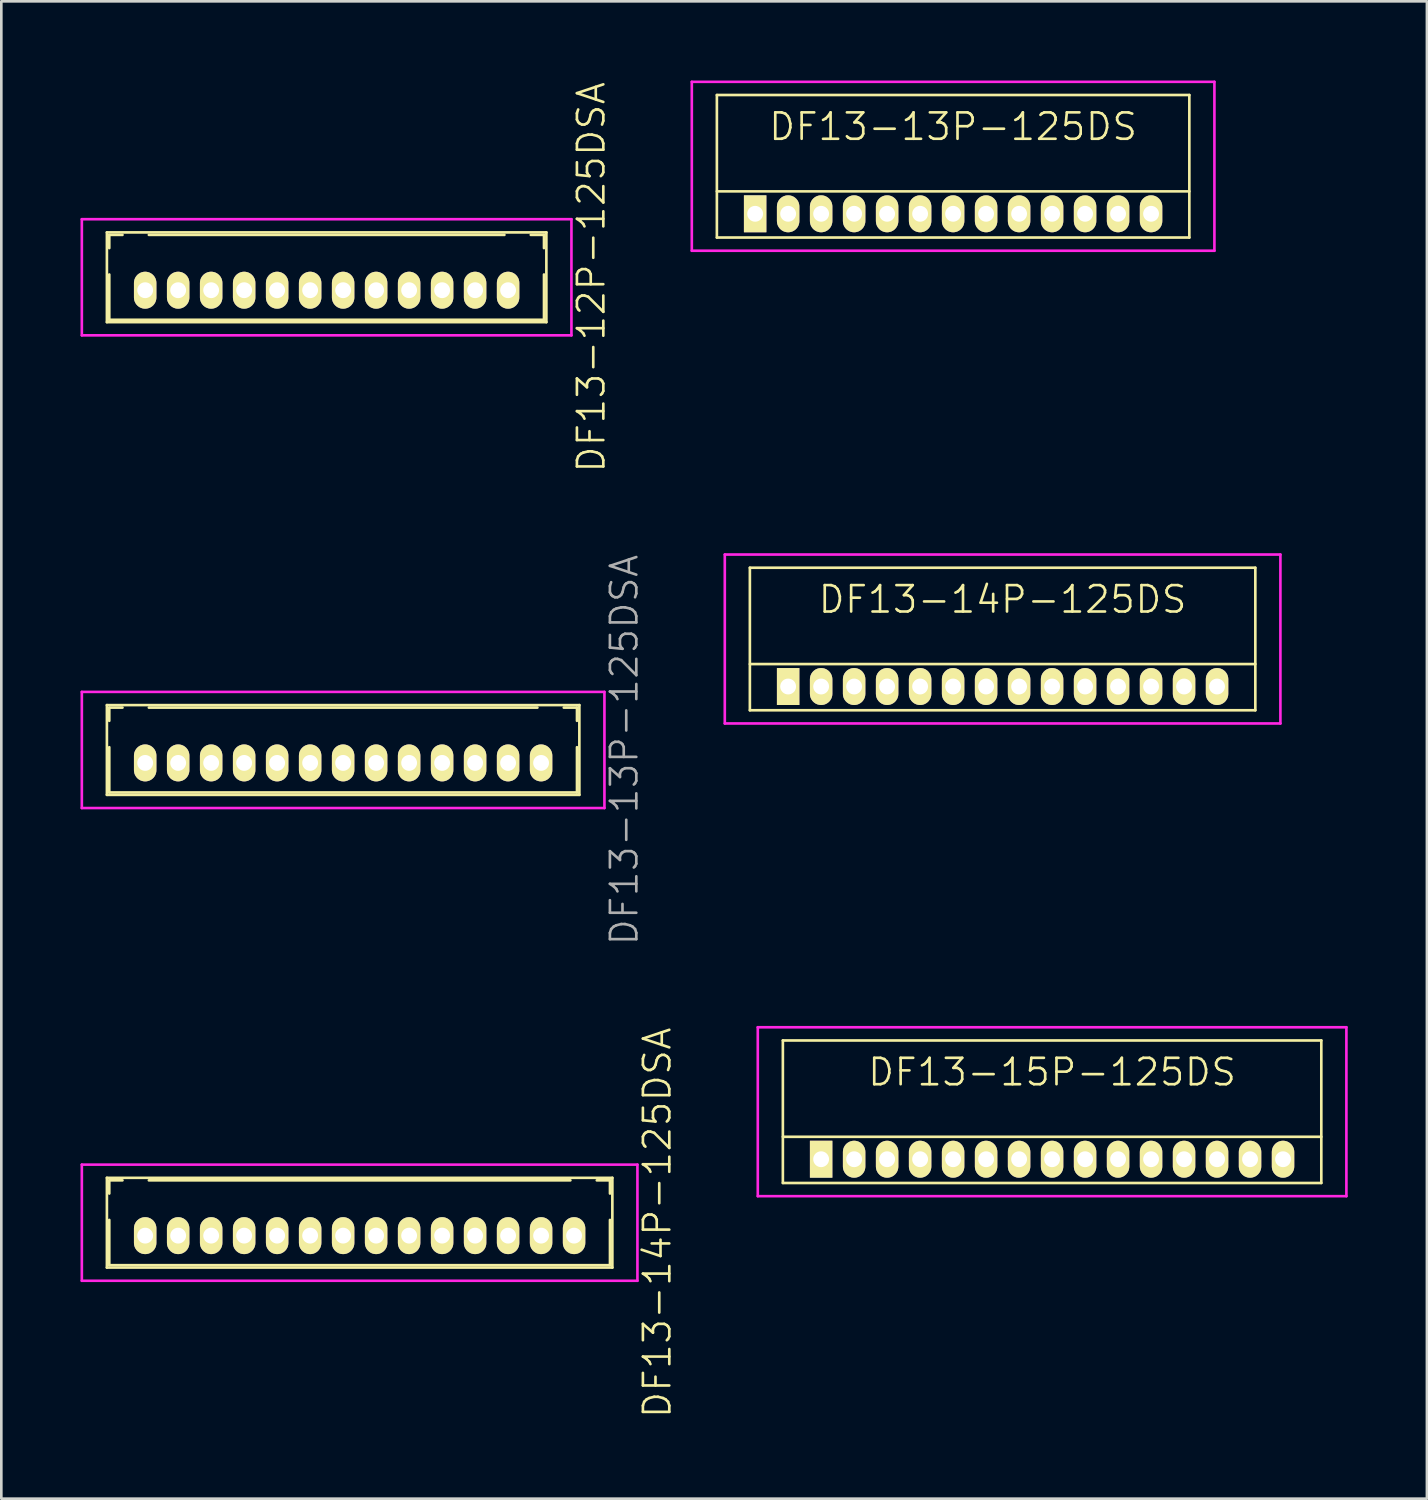
<source format=kicad_pcb>
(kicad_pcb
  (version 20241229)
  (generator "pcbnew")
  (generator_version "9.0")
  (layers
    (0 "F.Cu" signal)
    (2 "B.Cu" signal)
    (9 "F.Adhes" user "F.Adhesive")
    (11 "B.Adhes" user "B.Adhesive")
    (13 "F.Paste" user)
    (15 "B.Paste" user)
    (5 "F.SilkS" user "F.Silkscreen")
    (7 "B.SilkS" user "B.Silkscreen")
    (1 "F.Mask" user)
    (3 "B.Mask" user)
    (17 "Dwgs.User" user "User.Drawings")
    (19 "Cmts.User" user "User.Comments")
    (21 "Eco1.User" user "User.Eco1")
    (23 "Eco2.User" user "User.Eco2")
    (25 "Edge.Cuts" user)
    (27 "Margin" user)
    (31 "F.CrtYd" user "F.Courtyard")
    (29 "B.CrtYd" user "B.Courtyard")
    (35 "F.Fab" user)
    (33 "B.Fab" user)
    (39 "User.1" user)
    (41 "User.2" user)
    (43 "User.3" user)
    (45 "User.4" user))
  (footprint "DF13-14P-125DS"
    (layer "F.Cu")
    (at 34.935 22.96)
    (property "Reference" "DF13-14P-125DS" (at 0 -3.3 0) (layer "F.SilkS") (effects (font (size 1 1) (thickness 0.1))))
    (attr through_hole)
    (fp_line (start -9.575 -4.5) (end -9.575 0.9) (stroke (width 0.1) (type solid)) (layer "F.SilkS"))
    (fp_line (start -9.575 -4.5) (end 9.575 -4.5) (stroke (width 0.1) (type solid)) (layer "F.SilkS"))
    (fp_line (start -9.575 -0.85) (end 9.575 -0.85) (stroke (width 0.1) (type solid)) (layer "F.SilkS"))
    (fp_line (start -9.575 0.9) (end 9.575 0.9) (stroke (width 0.1) (type solid)) (layer "F.SilkS"))
    (fp_line (start 9.575 -4.5) (end 9.575 0.9) (stroke (width 0.1) (type solid)) (layer "F.SilkS"))
    (fp_line (start -10.525 -5) (end -10.525 1.4) (stroke (width 0.1) (type solid)) (layer "F.CrtYd"))
    (fp_line (start -10.525 1.4) (end 10.525 1.4) (stroke (width 0.1) (type solid)) (layer "F.CrtYd"))
    (fp_line (start 10.525 -5) (end -10.525 -5) (stroke (width 0.1) (type solid)) (layer "F.CrtYd"))
    (fp_line (start 10.525 1.4) (end 10.525 -5) (stroke (width 0.1) (type solid)) (layer "F.CrtYd"))
    (pad "1" thru_hole rect (at -8.125 0) (size 0.85 1.4) (drill 0.6) (layers "*.Cu" "*.Mask" "F.SilkS"))
    (pad "2" thru_hole oval (at -6.875 0) (size 0.85 1.4) (drill 0.6) (layers "*.Cu" "*.Mask" "F.SilkS"))
    (pad "3" thru_hole oval (at -5.625 0) (size 0.85 1.4) (drill 0.6) (layers "*.Cu" "*.Mask" "F.SilkS"))
    (pad "4" thru_hole oval (at -4.375 0) (size 0.85 1.4) (drill 0.6) (layers "*.Cu" "*.Mask" "F.SilkS"))
    (pad "5" thru_hole oval (at -3.125 0) (size 0.85 1.4) (drill 0.6) (layers "*.Cu" "*.Mask" "F.SilkS"))
    (pad "6" thru_hole oval (at -1.875 0) (size 0.85 1.4) (drill 0.6) (layers "*.Cu" "*.Mask" "F.SilkS"))
    (pad "7" thru_hole oval (at -0.625 0) (size 0.85 1.4) (drill 0.6) (layers "*.Cu" "*.Mask" "F.SilkS"))
    (pad "8" thru_hole oval (at 0.625 0) (size 0.85 1.4) (drill 0.6) (layers "*.Cu" "*.Mask" "F.SilkS"))
    (pad "9" thru_hole oval (at 1.875 0) (size 0.85 1.4) (drill 0.6) (layers "*.Cu" "*.Mask" "F.SilkS"))
    (pad "10" thru_hole oval (at 3.125 0) (size 0.85 1.4) (drill 0.6) (layers "*.Cu" "*.Mask" "F.SilkS"))
    (pad "11" thru_hole oval (at 4.375 0) (size 0.85 1.4) (drill 0.6) (layers "*.Cu" "*.Mask" "F.SilkS"))
    (pad "12" thru_hole oval (at 5.625 0) (size 0.85 1.4) (drill 0.6) (layers "*.Cu" "*.Mask" "F.SilkS"))
    (pad "13" thru_hole oval (at 6.875 0) (size 0.85 1.4) (drill 0.6) (layers "*.Cu" "*.Mask" "F.SilkS"))
    (pad "14" thru_hole oval (at 8.125 0) (size 0.85 1.4) (drill 0.6) (layers "*.Cu" "*.Mask" "F.SilkS")))
  (footprint "DF13-13P-125DSA"
    (layer "F.Cu")
    (at 9.95 25.854)
    (property "Reference" "DF13-13P-125DSA" (at 10.65 -0.49 90) (layer "F.Fab") (effects (font (size 1 1) (thickness 0.1))))
    (attr through_hole)
    (fp_line (start -8.95 -2.19) (end -8.95 1.21) (stroke (width 0.1) (type solid)) (layer "F.SilkS"))
    (fp_line (start -8.95 -2.19) (end 8.95 -2.19) (stroke (width 0.1) (type solid)) (layer "F.SilkS"))
    (fp_line (start -8.95 1.21) (end 8.95 1.21) (stroke (width 0.1) (type solid)) (layer "F.SilkS"))
    (fp_line (start -8.86 -2.095) (end -8.86 -1.595) (stroke (width 0.1) (type solid)) (layer "F.SilkS"))
    (fp_line (start -8.86 -2.095) (end -8.36 -2.095) (stroke (width 0.1) (type solid)) (layer "F.SilkS"))
    (fp_line (start -8.86 -0.595) (end -8.86 1.12) (stroke (width 0.1) (type solid)) (layer "F.SilkS"))
    (fp_line (start -8.86 1.12) (end 8.86 1.12) (stroke (width 0.1) (type solid)) (layer "F.SilkS"))
    (fp_line (start -7.36 -2.095) (end 7.36 -2.095) (stroke (width 0.1) (type solid)) (layer "F.SilkS"))
    (fp_line (start 8.36 -2.095) (end 8.86 -2.095) (stroke (width 0.1) (type solid)) (layer "F.SilkS"))
    (fp_line (start 8.86 -2.095) (end 8.86 -1.595) (stroke (width 0.1) (type solid)) (layer "F.SilkS"))
    (fp_line (start 8.86 -0.595) (end 8.86 1.12) (stroke (width 0.1) (type solid)) (layer "F.SilkS"))
    (fp_line (start 8.95 -2.19) (end 8.95 1.21) (stroke (width 0.1) (type solid)) (layer "F.SilkS"))
    (fp_line (start -9.9 -2.69) (end -9.9 1.71) (stroke (width 0.1) (type solid)) (layer "F.CrtYd"))
    (fp_line (start -9.9 1.71) (end 9.9 1.71) (stroke (width 0.1) (type solid)) (layer "F.CrtYd"))
    (fp_line (start 9.9 -2.69) (end -9.9 -2.69) (stroke (width 0.1) (type solid)) (layer "F.CrtYd"))
    (fp_line (start 9.9 1.71) (end 9.9 -2.69) (stroke (width 0.1) (type solid)) (layer "F.CrtYd"))
    (pad "1" thru_hole oval (at -7.5 0) (size 0.85 1.4) (drill 0.6) (layers "*.Cu" "*.Mask" "F.SilkS"))
    (pad "2" thru_hole oval (at -6.25 0) (size 0.85 1.4) (drill 0.6) (layers "*.Cu" "*.Mask" "F.SilkS"))
    (pad "3" thru_hole oval (at -5 0) (size 0.85 1.4) (drill 0.6) (layers "*.Cu" "*.Mask" "F.SilkS"))
    (pad "4" thru_hole oval (at -3.75 0) (size 0.85 1.4) (drill 0.6) (layers "*.Cu" "*.Mask" "F.SilkS"))
    (pad "5" thru_hole oval (at -2.5 0) (size 0.85 1.4) (drill 0.6) (layers "*.Cu" "*.Mask" "F.SilkS"))
    (pad "6" thru_hole oval (at -1.25 0) (size 0.85 1.4) (drill 0.6) (layers "*.Cu" "*.Mask" "F.SilkS"))
    (pad "7" thru_hole oval (at 0 0) (size 0.85 1.4) (drill 0.6) (layers "*.Cu" "*.Mask" "F.SilkS"))
    (pad "8" thru_hole oval (at 1.25 0) (size 0.85 1.4) (drill 0.6) (layers "*.Cu" "*.Mask" "F.SilkS"))
    (pad "9" thru_hole oval (at 2.5 0) (size 0.85 1.4) (drill 0.6) (layers "*.Cu" "*.Mask" "F.SilkS"))
    (pad "10" thru_hole oval (at 3.75 0) (size 0.85 1.4) (drill 0.6) (layers "*.Cu" "*.Mask" "F.SilkS"))
    (pad "11" thru_hole oval (at 5 0) (size 0.85 1.4) (drill 0.6) (layers "*.Cu" "*.Mask" "F.SilkS"))
    (pad "12" thru_hole oval (at 6.25 0) (size 0.85 1.4) (drill 0.6) (layers "*.Cu" "*.Mask" "F.SilkS"))
    (pad "13" thru_hole oval (at 7.5 0) (size 0.85 1.4) (drill 0.6) (layers "*.Cu" "*.Mask" "F.SilkS")))
  (footprint "DF13-14P-125DSA"
    (layer "F.Cu")
    (at 10.575 43.764)
    (property "Reference" "DF13-14P-125DSA" (at 11.275 -0.49 90) (layer "F.SilkS") (effects (font (size 1 1) (thickness 0.1))))
    (attr through_hole)
    (fp_line (start -9.575 -2.19) (end -9.575 1.21) (stroke (width 0.1) (type solid)) (layer "F.SilkS"))
    (fp_line (start -9.575 -2.19) (end 9.575 -2.19) (stroke (width 0.1) (type solid)) (layer "F.SilkS"))
    (fp_line (start -9.575 1.21) (end 9.575 1.21) (stroke (width 0.1) (type solid)) (layer "F.SilkS"))
    (fp_line (start -9.485 -2.095) (end -9.485 -1.595) (stroke (width 0.1) (type solid)) (layer "F.SilkS"))
    (fp_line (start -9.485 -2.095) (end -8.985 -2.095) (stroke (width 0.1) (type solid)) (layer "F.SilkS"))
    (fp_line (start -9.485 -0.595) (end -9.485 1.12) (stroke (width 0.1) (type solid)) (layer "F.SilkS"))
    (fp_line (start -9.485 1.12) (end 9.485 1.12) (stroke (width 0.1) (type solid)) (layer "F.SilkS"))
    (fp_line (start -7.985 -2.095) (end 7.985 -2.095) (stroke (width 0.1) (type solid)) (layer "F.SilkS"))
    (fp_line (start 8.985 -2.095) (end 9.485 -2.095) (stroke (width 0.1) (type solid)) (layer "F.SilkS"))
    (fp_line (start 9.485 -2.095) (end 9.485 -1.595) (stroke (width 0.1) (type solid)) (layer "F.SilkS"))
    (fp_line (start 9.485 -0.595) (end 9.485 1.12) (stroke (width 0.1) (type solid)) (layer "F.SilkS"))
    (fp_line (start 9.575 -2.19) (end 9.575 1.21) (stroke (width 0.1) (type solid)) (layer "F.SilkS"))
    (fp_line (start -10.525 -2.69) (end -10.525 1.71) (stroke (width 0.1) (type solid)) (layer "F.CrtYd"))
    (fp_line (start -10.525 1.71) (end 10.525 1.71) (stroke (width 0.1) (type solid)) (layer "F.CrtYd"))
    (fp_line (start 10.525 -2.69) (end -10.525 -2.69) (stroke (width 0.1) (type solid)) (layer "F.CrtYd"))
    (fp_line (start 10.525 1.71) (end 10.525 -2.69) (stroke (width 0.1) (type solid)) (layer "F.CrtYd"))
    (pad "1" thru_hole oval (at -8.125 0) (size 0.85 1.4) (drill 0.6) (layers "*.Cu" "*.Mask" "F.SilkS"))
    (pad "2" thru_hole oval (at -6.875 0) (size 0.85 1.4) (drill 0.6) (layers "*.Cu" "*.Mask" "F.SilkS"))
    (pad "3" thru_hole oval (at -5.625 0) (size 0.85 1.4) (drill 0.6) (layers "*.Cu" "*.Mask" "F.SilkS"))
    (pad "4" thru_hole oval (at -4.375 0) (size 0.85 1.4) (drill 0.6) (layers "*.Cu" "*.Mask" "F.SilkS"))
    (pad "5" thru_hole oval (at -3.125 0) (size 0.85 1.4) (drill 0.6) (layers "*.Cu" "*.Mask" "F.SilkS"))
    (pad "6" thru_hole oval (at -1.875 0) (size 0.85 1.4) (drill 0.6) (layers "*.Cu" "*.Mask" "F.SilkS"))
    (pad "7" thru_hole oval (at -0.625 0) (size 0.85 1.4) (drill 0.6) (layers "*.Cu" "*.Mask" "F.SilkS"))
    (pad "8" thru_hole oval (at 0.625 0) (size 0.85 1.4) (drill 0.6) (layers "*.Cu" "*.Mask" "F.SilkS"))
    (pad "9" thru_hole oval (at 1.875 0) (size 0.85 1.4) (drill 0.6) (layers "*.Cu" "*.Mask" "F.SilkS"))
    (pad "10" thru_hole oval (at 3.125 0) (size 0.85 1.4) (drill 0.6) (layers "*.Cu" "*.Mask" "F.SilkS"))
    (pad "11" thru_hole oval (at 4.375 0) (size 0.85 1.4) (drill 0.6) (layers "*.Cu" "*.Mask" "F.SilkS"))
    (pad "12" thru_hole oval (at 5.625 0) (size 0.85 1.4) (drill 0.6) (layers "*.Cu" "*.Mask" "F.SilkS"))
    (pad "13" thru_hole oval (at 6.875 0) (size 0.85 1.4) (drill 0.6) (layers "*.Cu" "*.Mask" "F.SilkS"))
    (pad "14" thru_hole oval (at 8.125 0) (size 0.85 1.4) (drill 0.6) (layers "*.Cu" "*.Mask" "F.SilkS")))
  (footprint "DF13-15P-125DS"
    (layer "F.Cu")
    (at 36.81 40.869)
    (property "Reference" "DF13-15P-125DS" (at 0 -3.3 0) (layer "F.SilkS") (effects (font (size 1 1) (thickness 0.1))))
    (attr through_hole)
    (fp_line (start -10.2 -4.5) (end -10.2 0.9) (stroke (width 0.1) (type solid)) (layer "F.SilkS"))
    (fp_line (start -10.2 -4.5) (end 10.2 -4.5) (stroke (width 0.1) (type solid)) (layer "F.SilkS"))
    (fp_line (start -10.2 -0.85) (end 10.2 -0.85) (stroke (width 0.1) (type solid)) (layer "F.SilkS"))
    (fp_line (start -10.2 0.9) (end 10.2 0.9) (stroke (width 0.1) (type solid)) (layer "F.SilkS"))
    (fp_line (start 10.2 -4.5) (end 10.2 0.9) (stroke (width 0.1) (type solid)) (layer "F.SilkS"))
    (fp_line (start -11.15 -5) (end -11.15 1.4) (stroke (width 0.1) (type solid)) (layer "F.CrtYd"))
    (fp_line (start -11.15 1.4) (end 11.15 1.4) (stroke (width 0.1) (type solid)) (layer "F.CrtYd"))
    (fp_line (start 11.15 -5) (end -11.15 -5) (stroke (width 0.1) (type solid)) (layer "F.CrtYd"))
    (fp_line (start 11.15 1.4) (end 11.15 -5) (stroke (width 0.1) (type solid)) (layer "F.CrtYd"))
    (pad "1" thru_hole rect (at -8.75 0) (size 0.85 1.4) (drill 0.6) (layers "*.Cu" "*.Mask" "F.SilkS"))
    (pad "2" thru_hole oval (at -7.5 0) (size 0.85 1.4) (drill 0.6) (layers "*.Cu" "*.Mask" "F.SilkS"))
    (pad "3" thru_hole oval (at -6.25 0) (size 0.85 1.4) (drill 0.6) (layers "*.Cu" "*.Mask" "F.SilkS"))
    (pad "4" thru_hole oval (at -5 0) (size 0.85 1.4) (drill 0.6) (layers "*.Cu" "*.Mask" "F.SilkS"))
    (pad "5" thru_hole oval (at -3.75 0) (size 0.85 1.4) (drill 0.6) (layers "*.Cu" "*.Mask" "F.SilkS"))
    (pad "6" thru_hole oval (at -2.5 0) (size 0.85 1.4) (drill 0.6) (layers "*.Cu" "*.Mask" "F.SilkS"))
    (pad "7" thru_hole oval (at -1.25 0) (size 0.85 1.4) (drill 0.6) (layers "*.Cu" "*.Mask" "F.SilkS"))
    (pad "8" thru_hole oval (at 0 0) (size 0.85 1.4) (drill 0.6) (layers "*.Cu" "*.Mask" "F.SilkS"))
    (pad "9" thru_hole oval (at 1.25 0) (size 0.85 1.4) (drill 0.6) (layers "*.Cu" "*.Mask" "F.SilkS"))
    (pad "10" thru_hole oval (at 2.5 0) (size 0.85 1.4) (drill 0.6) (layers "*.Cu" "*.Mask" "F.SilkS"))
    (pad "11" thru_hole oval (at 3.75 0) (size 0.85 1.4) (drill 0.6) (layers "*.Cu" "*.Mask" "F.SilkS"))
    (pad "12" thru_hole oval (at 5 0) (size 0.85 1.4) (drill 0.6) (layers "*.Cu" "*.Mask" "F.SilkS"))
    (pad "13" thru_hole oval (at 6.25 0) (size 0.85 1.4) (drill 0.6) (layers "*.Cu" "*.Mask" "F.SilkS"))
    (pad "14" thru_hole oval (at 7.5 0) (size 0.85 1.4) (drill 0.6) (layers "*.Cu" "*.Mask" "F.SilkS"))
    (pad "15" thru_hole oval (at 8.75 0) (size 0.85 1.4) (drill 0.6) (layers "*.Cu" "*.Mask" "F.SilkS")))
  (footprint "DF13-13P-125DS"
    (layer "F.Cu")
    (at 33.06 5.05)
    (property "Reference" "DF13-13P-125DS" (at 0 -3.3 0) (layer "F.SilkS") (effects (font (size 1 1) (thickness 0.1))))
    (attr through_hole)
    (fp_line (start -8.95 -4.5) (end -8.95 0.9) (stroke (width 0.1) (type solid)) (layer "F.SilkS"))
    (fp_line (start -8.95 -4.5) (end 8.95 -4.5) (stroke (width 0.1) (type solid)) (layer "F.SilkS"))
    (fp_line (start -8.95 -0.85) (end 8.95 -0.85) (stroke (width 0.1) (type solid)) (layer "F.SilkS"))
    (fp_line (start -8.95 0.9) (end 8.95 0.9) (stroke (width 0.1) (type solid)) (layer "F.SilkS"))
    (fp_line (start 8.95 -4.5) (end 8.95 0.9) (stroke (width 0.1) (type solid)) (layer "F.SilkS"))
    (fp_line (start -9.9 -5) (end -9.9 1.4) (stroke (width 0.1) (type solid)) (layer "F.CrtYd"))
    (fp_line (start -9.9 1.4) (end 9.9 1.4) (stroke (width 0.1) (type solid)) (layer "F.CrtYd"))
    (fp_line (start 9.9 -5) (end -9.9 -5) (stroke (width 0.1) (type solid)) (layer "F.CrtYd"))
    (fp_line (start 9.9 1.4) (end 9.9 -5) (stroke (width 0.1) (type solid)) (layer "F.CrtYd"))
    (pad "1" thru_hole rect (at -7.5 0) (size 0.85 1.4) (drill 0.6) (layers "*.Cu" "*.Mask" "F.SilkS"))
    (pad "2" thru_hole oval (at -6.25 0) (size 0.85 1.4) (drill 0.6) (layers "*.Cu" "*.Mask" "F.SilkS"))
    (pad "3" thru_hole oval (at -5 0) (size 0.85 1.4) (drill 0.6) (layers "*.Cu" "*.Mask" "F.SilkS"))
    (pad "4" thru_hole oval (at -3.75 0) (size 0.85 1.4) (drill 0.6) (layers "*.Cu" "*.Mask" "F.SilkS"))
    (pad "5" thru_hole oval (at -2.5 0) (size 0.85 1.4) (drill 0.6) (layers "*.Cu" "*.Mask" "F.SilkS"))
    (pad "6" thru_hole oval (at -1.25 0) (size 0.85 1.4) (drill 0.6) (layers "*.Cu" "*.Mask" "F.SilkS"))
    (pad "7" thru_hole oval (at 0 0) (size 0.85 1.4) (drill 0.6) (layers "*.Cu" "*.Mask" "F.SilkS"))
    (pad "8" thru_hole oval (at 1.25 0) (size 0.85 1.4) (drill 0.6) (layers "*.Cu" "*.Mask" "F.SilkS"))
    (pad "9" thru_hole oval (at 2.5 0) (size 0.85 1.4) (drill 0.6) (layers "*.Cu" "*.Mask" "F.SilkS"))
    (pad "10" thru_hole oval (at 3.75 0) (size 0.85 1.4) (drill 0.6) (layers "*.Cu" "*.Mask" "F.SilkS"))
    (pad "11" thru_hole oval (at 5 0) (size 0.85 1.4) (drill 0.6) (layers "*.Cu" "*.Mask" "F.SilkS"))
    (pad "12" thru_hole oval (at 6.25 0) (size 0.85 1.4) (drill 0.6) (layers "*.Cu" "*.Mask" "F.SilkS"))
    (pad "13" thru_hole oval (at 7.5 0) (size 0.85 1.4) (drill 0.6) (layers "*.Cu" "*.Mask" "F.SilkS")))
  (footprint "DF13-12P-125DSA"
    (layer "F.Cu")
    (at 9.325 7.945)
    (property "Reference" "DF13-12P-125DSA" (at 10.025 -0.49 90) (layer "F.SilkS") (effects (font (size 1 1) (thickness 0.1))))
    (attr through_hole)
    (fp_line (start -8.325 -2.19) (end -8.325 1.21) (stroke (width 0.1) (type solid)) (layer "F.SilkS"))
    (fp_line (start -8.325 -2.19) (end 8.325 -2.19) (stroke (width 0.1) (type solid)) (layer "F.SilkS"))
    (fp_line (start -8.325 1.21) (end 8.325 1.21) (stroke (width 0.1) (type solid)) (layer "F.SilkS"))
    (fp_line (start -8.235 -2.095) (end -8.235 -1.595) (stroke (width 0.1) (type solid)) (layer "F.SilkS"))
    (fp_line (start -8.235 -2.095) (end -7.735 -2.095) (stroke (width 0.1) (type solid)) (layer "F.SilkS"))
    (fp_line (start -8.235 -0.595) (end -8.235 1.12) (stroke (width 0.1) (type solid)) (layer "F.SilkS"))
    (fp_line (start -8.235 1.12) (end 8.235 1.12) (stroke (width 0.1) (type solid)) (layer "F.SilkS"))
    (fp_line (start -6.735 -2.095) (end 6.735 -2.095) (stroke (width 0.1) (type solid)) (layer "F.SilkS"))
    (fp_line (start 7.735 -2.095) (end 8.235 -2.095) (stroke (width 0.1) (type solid)) (layer "F.SilkS"))
    (fp_line (start 8.235 -2.095) (end 8.235 -1.595) (stroke (width 0.1) (type solid)) (layer "F.SilkS"))
    (fp_line (start 8.235 -0.595) (end 8.235 1.12) (stroke (width 0.1) (type solid)) (layer "F.SilkS"))
    (fp_line (start 8.325 -2.19) (end 8.325 1.21) (stroke (width 0.1) (type solid)) (layer "F.SilkS"))
    (fp_line (start -9.275 -2.69) (end -9.275 1.71) (stroke (width 0.1) (type solid)) (layer "F.CrtYd"))
    (fp_line (start -9.275 1.71) (end 9.275 1.71) (stroke (width 0.1) (type solid)) (layer "F.CrtYd"))
    (fp_line (start 9.275 -2.69) (end -9.275 -2.69) (stroke (width 0.1) (type solid)) (layer "F.CrtYd"))
    (fp_line (start 9.275 1.71) (end 9.275 -2.69) (stroke (width 0.1) (type solid)) (layer "F.CrtYd"))
    (pad "1" thru_hole oval (at -6.875 0) (size 0.85 1.4) (drill 0.6) (layers "*.Cu" "*.Mask" "F.SilkS"))
    (pad "2" thru_hole oval (at -5.625 0) (size 0.85 1.4) (drill 0.6) (layers "*.Cu" "*.Mask" "F.SilkS"))
    (pad "3" thru_hole oval (at -4.375 0) (size 0.85 1.4) (drill 0.6) (layers "*.Cu" "*.Mask" "F.SilkS"))
    (pad "4" thru_hole oval (at -3.125 0) (size 0.85 1.4) (drill 0.6) (layers "*.Cu" "*.Mask" "F.SilkS"))
    (pad "5" thru_hole oval (at -1.875 0) (size 0.85 1.4) (drill 0.6) (layers "*.Cu" "*.Mask" "F.SilkS"))
    (pad "6" thru_hole oval (at -0.625 0) (size 0.85 1.4) (drill 0.6) (layers "*.Cu" "*.Mask" "F.SilkS"))
    (pad "7" thru_hole oval (at 0.625 0) (size 0.85 1.4) (drill 0.6) (layers "*.Cu" "*.Mask" "F.SilkS"))
    (pad "8" thru_hole oval (at 1.875 0) (size 0.85 1.4) (drill 0.6) (layers "*.Cu" "*.Mask" "F.SilkS"))
    (pad "9" thru_hole oval (at 3.125 0) (size 0.85 1.4) (drill 0.6) (layers "*.Cu" "*.Mask" "F.SilkS"))
    (pad "10" thru_hole oval (at 4.375 0) (size 0.85 1.4) (drill 0.6) (layers "*.Cu" "*.Mask" "F.SilkS"))
    (pad "11" thru_hole oval (at 5.625 0) (size 0.85 1.4) (drill 0.6) (layers "*.Cu" "*.Mask" "F.SilkS"))
    (pad "12" thru_hole oval (at 6.875 0) (size 0.85 1.4) (drill 0.6) (layers "*.Cu" "*.Mask" "F.SilkS")))
  (gr_rect
    (start -3 -3)
    (end 51.011 53.729)
    (stroke (width 0.1) (type default))
    (fill no)
    (layer "Edge.Cuts")))
</source>
